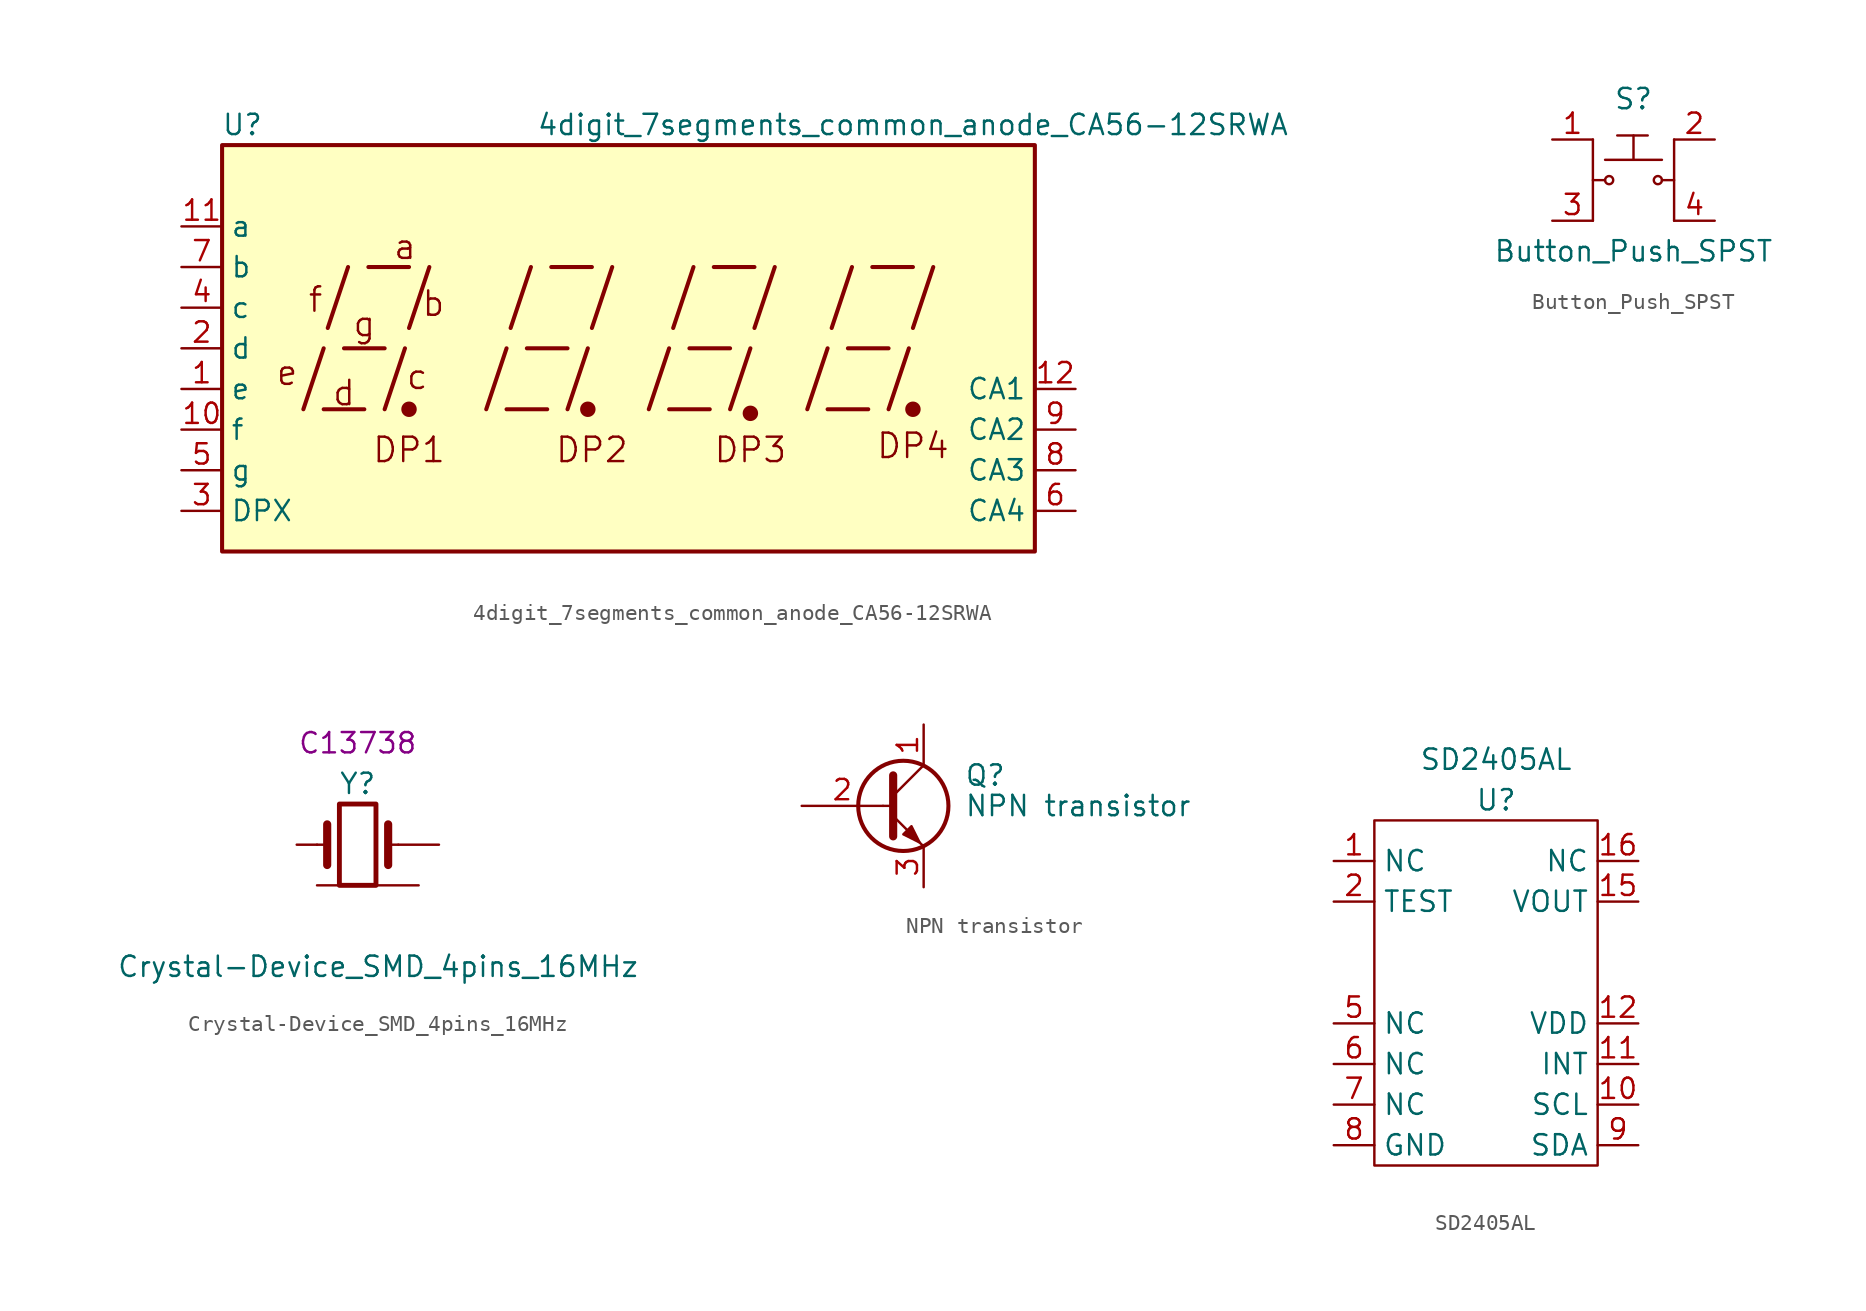
<source format=kicad_sym>
(kicad_symbol_lib
  (version 20211014)
  (generator kicad_symbol_editor)
  (symbol "4digit_7segments_common_anode_CA56-12SRWA"
    (property "Reference" "U"
      (at -24.13 13.97 0)
      (effects (font (size 1.27 1.27))))
    (property "Value" "4digit_7segments_common_anode_CA56-12SRWA"
      (at 17.78 13.97 0)
      (effects (font (size 1.27 1.27))))
    (symbol "4digit_7segments_common_anode_CA56-12SRWA_0_0"
      (rectangle (start -25.4 12.7) (end 25.4 -12.7) (stroke (width 0.254) (type default) (color 0 0 0 0)) (fill (type background)))
      (polyline (pts (xy -20.32 -3.81) (xy -19.05 0)) (stroke (width 0.254) (type default) (color 0 0 0 0)) (fill (type none)))
      (polyline (pts (xy -19.05 -3.81) (xy -16.51 -3.81)) (stroke (width 0.254) (type default) (color 0 0 0 0)) (fill (type none)))
      (polyline (pts (xy -18.796 1.27) (xy -17.526 5.08)) (stroke (width 0.254) (type default) (color 0 0 0 0)) (fill (type none)))
      (polyline (pts (xy -17.78 0) (xy -15.24 0)) (stroke (width 0.254) (type default) (color 0 0 0 0)) (fill (type none)))
      (polyline (pts (xy -16.256 5.08) (xy -13.716 5.08)) (stroke (width 0.254) (type default) (color 0 0 0 0)) (fill (type none)))
      (polyline (pts (xy -15.24 -3.81) (xy -13.97 0)) (stroke (width 0.254) (type default) (color 0 0 0 0)) (fill (type none)))
      (polyline (pts (xy -13.716 1.27) (xy -12.446 5.08)) (stroke (width 0.254) (type default) (color 0 0 0 0)) (fill (type none)))
      (polyline (pts (xy -8.89 -3.81) (xy -7.62 0)) (stroke (width 0.254) (type default) (color 0 0 0 0)) (fill (type none)))
      (polyline (pts (xy -7.62 -3.81) (xy -5.08 -3.81)) (stroke (width 0.254) (type default) (color 0 0 0 0)) (fill (type none)))
      (polyline (pts (xy -7.366 1.27) (xy -6.096 5.08)) (stroke (width 0.254) (type default) (color 0 0 0 0)) (fill (type none)))
      (polyline (pts (xy -6.35 0) (xy -3.81 0)) (stroke (width 0.254) (type default) (color 0 0 0 0)) (fill (type none)))
      (polyline (pts (xy -4.826 5.08) (xy -2.286 5.08)) (stroke (width 0.254) (type default) (color 0 0 0 0)) (fill (type none)))
      (polyline (pts (xy -3.81 -3.81) (xy -2.54 0)) (stroke (width 0.254) (type default) (color 0 0 0 0)) (fill (type none)))
      (polyline (pts (xy -2.286 1.27) (xy -1.016 5.08)) (stroke (width 0.254) (type default) (color 0 0 0 0)) (fill (type none)))
      (polyline (pts (xy 1.27 -3.81) (xy 2.54 0)) (stroke (width 0.254) (type default) (color 0 0 0 0)) (fill (type none)))
      (polyline (pts (xy 2.54 -3.81) (xy 5.08 -3.81)) (stroke (width 0.254) (type default) (color 0 0 0 0)) (fill (type none)))
      (polyline (pts (xy 2.794 1.27) (xy 4.064 5.08)) (stroke (width 0.254) (type default) (color 0 0 0 0)) (fill (type none)))
      (polyline (pts (xy 3.81 0) (xy 6.35 0)) (stroke (width 0.254) (type default) (color 0 0 0 0)) (fill (type none)))
      (polyline (pts (xy 5.334 5.08) (xy 7.874 5.08)) (stroke (width 0.254) (type default) (color 0 0 0 0)) (fill (type none)))
      (polyline (pts (xy 6.35 -3.81) (xy 7.62 0)) (stroke (width 0.254) (type default) (color 0 0 0 0)) (fill (type none)))
      (polyline (pts (xy 7.874 1.27) (xy 9.144 5.08)) (stroke (width 0.254) (type default) (color 0 0 0 0)) (fill (type none)))
      (polyline (pts (xy 11.176 -3.81) (xy 12.446 0)) (stroke (width 0.254) (type default) (color 0 0 0 0)) (fill (type none)))
      (polyline (pts (xy 12.446 -3.81) (xy 14.986 -3.81)) (stroke (width 0.254) (type default) (color 0 0 0 0)) (fill (type none)))
      (polyline (pts (xy 12.7 1.27) (xy 13.97 5.08)) (stroke (width 0.254) (type default) (color 0 0 0 0)) (fill (type none)))
      (polyline (pts (xy 13.716 0) (xy 16.256 0)) (stroke (width 0.254) (type default) (color 0 0 0 0)) (fill (type none)))
      (polyline (pts (xy 15.24 5.08) (xy 17.78 5.08)) (stroke (width 0.254) (type default) (color 0 0 0 0)) (fill (type none)))
      (polyline (pts (xy 16.256 -3.81) (xy 17.526 0)) (stroke (width 0.254) (type default) (color 0 0 0 0)) (fill (type none)))
      (polyline (pts (xy 17.78 1.27) (xy 19.05 5.08)) (stroke (width 0.254) (type default) (color 0 0 0 0)) (fill (type none)))
      (text "a" (at -13.97 6.35 0) (effects (font (size 1.524 1.524))))
      (text "b" (at -12.192 2.794 0) (effects (font (size 1.524 1.524))))
      (text "c" (at -13.208 -1.778 0) (effects (font (size 1.524 1.524))))
      (text "d" (at -17.78 -2.794 0) (effects (font (size 1.524 1.524))))
      (text "DP1" (at -13.716 -6.35 0) (effects (font (size 1.524 1.524))))
      (text "DP2" (at -2.286 -6.35 0) (effects (font (size 1.524 1.524))))
      (text "DP3" (at 7.62 -6.35 0) (effects (font (size 1.524 1.524))))
      (text "DP4" (at 17.78 -6.096 0) (effects (font (size 1.524 1.524))))
      (text "e" (at -21.336 -1.524 0) (effects (font (size 1.524 1.524))))
      (text "f" (at -19.558 3.048 0) (effects (font (size 1.524 1.524))))
      (text "g" (at -16.51 1.524 0) (effects (font (size 1.524 1.524)))))
    (symbol "4digit_7segments_common_anode_CA56-12SRWA_0_1"
      (circle (center -13.716 -3.81) (radius 0.356) (stroke (width 0.254) (type default) (color 0 0 0 0)) (fill (type outline)))
      (circle (center -2.54 -3.81) (radius 0.356) (stroke (width 0.254) (type default) (color 0 0 0 0)) (fill (type outline))))
    (symbol "4digit_7segments_common_anode_CA56-12SRWA_1_0"
      (circle (center 7.62 -4.064) (radius 0.356) (stroke (width 0.254) (type default) (color 0 0 0 0)) (fill (type outline)))
      (circle (center 17.78 -3.81) (radius 0.356) (stroke (width 0.254) (type default) (color 0 0 0 0)) (fill (type outline))))
    (symbol "4digit_7segments_common_anode_CA56-12SRWA_1_1"
      (pin input line (at -27.94 -2.54 0) (length 2.54) (name "e" (effects (font (size 1.27 1.27)))) (number "1" (effects (font (size 1.27 1.27)))))
      (pin input line (at -27.94 -5.08 0) (length 2.54) (name "f" (effects (font (size 1.27 1.27)))) (number "10" (effects (font (size 1.27 1.27)))))
      (pin input line (at -27.94 7.62 0) (length 2.54) (name "a" (effects (font (size 1.27 1.27)))) (number "11" (effects (font (size 1.27 1.27)))))
      (pin input line (at 27.94 -2.54 180) (length 2.54) (name "CA1" (effects (font (size 1.27 1.27)))) (number "12" (effects (font (size 1.27 1.27)))))
      (pin input line (at -27.94 0 0) (length 2.54) (name "d" (effects (font (size 1.27 1.27)))) (number "2" (effects (font (size 1.27 1.27)))))
      (pin input line (at -27.94 -10.16 0) (length 2.54) (name "DPX" (effects (font (size 1.27 1.27)))) (number "3" (effects (font (size 1.27 1.27)))))
      (pin input line (at -27.94 2.54 0) (length 2.54) (name "c" (effects (font (size 1.27 1.27)))) (number "4" (effects (font (size 1.27 1.27)))))
      (pin input line (at -27.94 -7.62 0) (length 2.54) (name "g" (effects (font (size 1.27 1.27)))) (number "5" (effects (font (size 1.27 1.27)))))
      (pin input line (at 27.94 -10.16 180) (length 2.54) (name "CA4" (effects (font (size 1.27 1.27)))) (number "6" (effects (font (size 1.27 1.27)))))
      (pin input line (at -27.94 5.08 0) (length 2.54) (name "b" (effects (font (size 1.27 1.27)))) (number "7" (effects (font (size 1.27 1.27)))))
      (pin input line (at 27.94 -7.62 180) (length 2.54) (name "CA3" (effects (font (size 1.27 1.27)))) (number "8" (effects (font (size 1.27 1.27)))))
      (pin input line (at 27.94 -5.08 180) (length 2.54) (name "CA2" (effects (font (size 1.27 1.27)))) (number "9" (effects (font (size 1.27 1.27)))))))
  (symbol "Button_Push_SPST"
    (pin_names
      (offset 1.016))
    (property "Reference" "S"
      (at 0 5.08 0)
      (effects (font (size 1.27 1.27))))
    (property "Value" "Button_Push_SPST"
      (at 0 -4.445 0)
      (effects (font (size 1.27 1.27))))
    (symbol "Button_Push_SPST_0_1"
      (circle (center -1.524 0) (radius 0.254) (stroke (width 0) (type default) (color 0 0 0 0)) (fill (type none)))
      (polyline (pts (xy -2.54 2.54) (xy -2.54 -2.54)) (stroke (width 0) (type default) (color 0 0 0 0)) (fill (type none)))
      (polyline (pts (xy -1.778 0) (xy -2.54 0)) (stroke (width 0) (type default) (color 0 0 0 0)) (fill (type none)))
      (polyline (pts (xy -1.778 1.27) (xy 1.778 1.27)) (stroke (width 0) (type default) (color 0 0 0 0)) (fill (type none)))
      (polyline (pts (xy 2.54 -2.54) (xy 2.54 2.54)) (stroke (width 0) (type default) (color 0 0 0 0)) (fill (type none)))
      (polyline (pts (xy 2.54 0) (xy 1.778 0)) (stroke (width 0) (type default) (color 0 0 0 0)) (fill (type none)))
      (circle (center 1.524 0) (radius 0.254) (stroke (width 0) (type default) (color 0 0 0 0)) (fill (type none))))
    (symbol "Button_Push_SPST_1_1"
      (polyline (pts (xy -1.016 2.794) (xy 0.889 2.794)) (stroke (width 0) (type default) (color 0 0 0 0)) (fill (type none)))
      (polyline (pts (xy 0 2.794) (xy 0 1.27)) (stroke (width 0) (type default) (color 0 0 0 0)) (fill (type none)))
      (pin passive line (at -5.08 2.54 0) (length 2.54) (name "~" (effects (font (size 1.27 1.27)))) (number "1" (effects (font (size 1.27 1.27)))))
      (pin passive line (at 5.08 2.54 180) (length 2.54) (name "~" (effects (font (size 1.27 1.27)))) (number "2" (effects (font (size 1.27 1.27)))))
      (pin passive line (at -5.08 -2.54 0) (length 2.54) (name "~" (effects (font (size 1.27 1.27)))) (number "3" (effects (font (size 1.27 1.27)))))
      (pin passive line (at 5.08 -2.54 180) (length 2.54) (name "~" (effects (font (size 1.27 1.27)))) (number "4" (effects (font (size 1.27 1.27)))))))
  (symbol "Crystal-Device_SMD_4pins_16MHz"
    (pin_numbers hide)
    (pin_names
      (offset 1.016) hide)
    (property "Reference" "Y"
      (at 0 3.81 0)
      (effects (font (size 1.27 1.27))))
    (property "Value" "Crystal-Device_SMD_4pins_16MHz"
      (at 1.27 -7.62 0)
      (effects (font (size 1.27 1.27))))
    (property "JLCS" "C13738"
      (at 0 6.35 0)
      (effects (font (size 1.27 1.27))))
    (symbol "Crystal-Device_SMD_4pins_16MHz_0_0"
      (pin passive line (at 5.08 0 180) (length 2.54) (name "OSC2" (effects (font (size 1.27 1.27)))) (number "3" (effects (font (size 1.27 1.27)))))
      (pin passive line (at 3.81 -2.54 180) (length 2.54) (name "GND" (effects (font (size 1.27 1.27)))) (number "4" (effects (font (size 1.27 1.27))))))
    (symbol "Crystal-Device_SMD_4pins_16MHz_0_1"
      (rectangle (start -1.143 2.54) (end 1.143 -2.54) (stroke (width 0.305) (type default) (color 0 0 0 0)) (fill (type none)))
      (polyline (pts (xy -2.54 0) (xy -1.905 0)) (stroke (width 0) (type default) (color 0 0 0 0)) (fill (type none)))
      (polyline (pts (xy -1.905 -1.27) (xy -1.905 1.27)) (stroke (width 0.508) (type default) (color 0 0 0 0)) (fill (type none)))
      (polyline (pts (xy 1.905 -1.27) (xy 1.905 1.27)) (stroke (width 0.508) (type default) (color 0 0 0 0)) (fill (type none)))
      (polyline (pts (xy 2.54 0) (xy 1.905 0)) (stroke (width 0) (type default) (color 0 0 0 0)) (fill (type none))))
    (symbol "Crystal-Device_SMD_4pins_16MHz_1_1"
      (pin passive line (at -3.81 0 0) (length 1.27) (name "OSC1" (effects (font (size 1.27 1.27)))) (number "1" (effects (font (size 1.27 1.27)))))
      (pin passive line (at -2.54 -2.54 0) (length 1.27) (name "GND" (effects (font (size 1.27 1.27)))) (number "2" (effects (font (size 1.27 1.27)))))))
  (symbol "NPN transistor"
    (pin_names
      (offset 0) hide)
    (property "Reference" "Q"
      (at 5.08 1.905 0)
      (effects (font (size 1.27 1.27)) (justify left)))
    (property "Value" "NPN transistor"
      (at 5.08 0 0)
      (effects (font (size 1.27 1.27)) (justify left)))
    (symbol "NPN transistor_0_1"
      (polyline (pts (xy 0 0) (xy 0.635 0)) (stroke (width 0) (type default) (color 0 0 0 0)) (fill (type none)))
      (polyline (pts (xy 0.635 0.635) (xy 2.54 2.54)) (stroke (width 0) (type default) (color 0 0 0 0)) (fill (type none)))
      (polyline (pts (xy 0.635 -0.635) (xy 2.54 -2.54) (xy 2.54 -2.54)) (stroke (width 0) (type default) (color 0 0 0 0)) (fill (type none)))
      (polyline (pts (xy 0.635 1.905) (xy 0.635 -1.905) (xy 0.635 -1.905)) (stroke (width 0.508) (type default) (color 0 0 0 0)) (fill (type none)))
      (polyline (pts (xy 1.27 -1.778) (xy 1.778 -1.27) (xy 2.286 -2.286) (xy 1.27 -1.778) (xy 1.27 -1.778)) (stroke (width 0) (type default) (color 0 0 0 0)) (fill (type outline)))
      (circle (center 1.27 0) (radius 2.819) (stroke (width 0.254) (type default) (color 0 0 0 0)) (fill (type none))))
    (symbol "NPN transistor_1_1"
      (pin passive line (at 2.54 5.08 270) (length 2.54) (name "C" (effects (font (size 1.27 1.27)))) (number "1" (effects (font (size 1.27 1.27)))))
      (pin input line (at -5.08 0 0) (length 5.08) (name "B" (effects (font (size 1.27 1.27)))) (number "2" (effects (font (size 1.27 1.27)))))
      (pin passive line (at 2.54 -5.08 90) (length 2.54) (name "E" (effects (font (size 1.27 1.27)))) (number "3" (effects (font (size 1.27 1.27)))))))
  (symbol "SD2405AL"
    (property "Reference" "U"
      (at 0 0 0)
      (effects (font (size 1.27 1.27))))
    (property "Value" "SD2405AL"
      (at 0 2.54 0)
      (effects (font (size 1.27 1.27))))
    (symbol "SD2405AL_0_0"
      (pin unspecified line (at -10.16 -3.81 0) (length 2.54) (name "NC" (effects (font (size 1.27 1.27)))) (number "1" (effects (font (size 1.27 1.27)))))
      (pin unspecified line (at 8.89 -19.05 180) (length 2.54) (name "SCL" (effects (font (size 1.27 1.27)))) (number "10" (effects (font (size 1.27 1.27)))))
      (pin unspecified line (at 8.89 -16.51 180) (length 2.54) (name "INT" (effects (font (size 1.27 1.27)))) (number "11" (effects (font (size 1.27 1.27)))))
      (pin unspecified line (at 8.89 -13.97 180) (length 2.54) (name "VDD" (effects (font (size 1.27 1.27)))) (number "12" (effects (font (size 1.27 1.27)))))
      (pin unspecified line (at 8.89 -6.35 180) (length 2.54) (name "VOUT" (effects (font (size 1.27 1.27)))) (number "15" (effects (font (size 1.27 1.27)))))
      (pin unspecified line (at 8.89 -3.81 180) (length 2.54) (name "NC" (effects (font (size 1.27 1.27)))) (number "16" (effects (font (size 1.27 1.27)))))
      (pin unspecified line (at -10.16 -6.35 0) (length 2.54) (name "TEST" (effects (font (size 1.27 1.27)))) (number "2" (effects (font (size 1.27 1.27)))))
      (pin unspecified line (at -10.16 -13.97 0) (length 2.54) (name "NC" (effects (font (size 1.27 1.27)))) (number "5" (effects (font (size 1.27 1.27)))))
      (pin unspecified line (at -10.16 -16.51 0) (length 2.54) (name "NC" (effects (font (size 1.27 1.27)))) (number "6" (effects (font (size 1.27 1.27)))))
      (pin unspecified line (at -10.16 -19.05 0) (length 2.54) (name "NC" (effects (font (size 1.27 1.27)))) (number "7" (effects (font (size 1.27 1.27)))))
      (pin unspecified line (at -10.16 -21.59 0) (length 2.54) (name "GND" (effects (font (size 1.27 1.27)))) (number "8" (effects (font (size 1.27 1.27)))))
      (pin unspecified line (at 8.89 -21.59 180) (length 2.54) (name "SDA" (effects (font (size 1.27 1.27)))) (number "9" (effects (font (size 1.27 1.27))))))
    (symbol "SD2405AL_0_1"
      (rectangle (start -7.62 -1.27) (end 6.35 -22.86) (stroke (width 0) (type default) (color 0 0 0 0)) (fill (type none))))))
</source>
